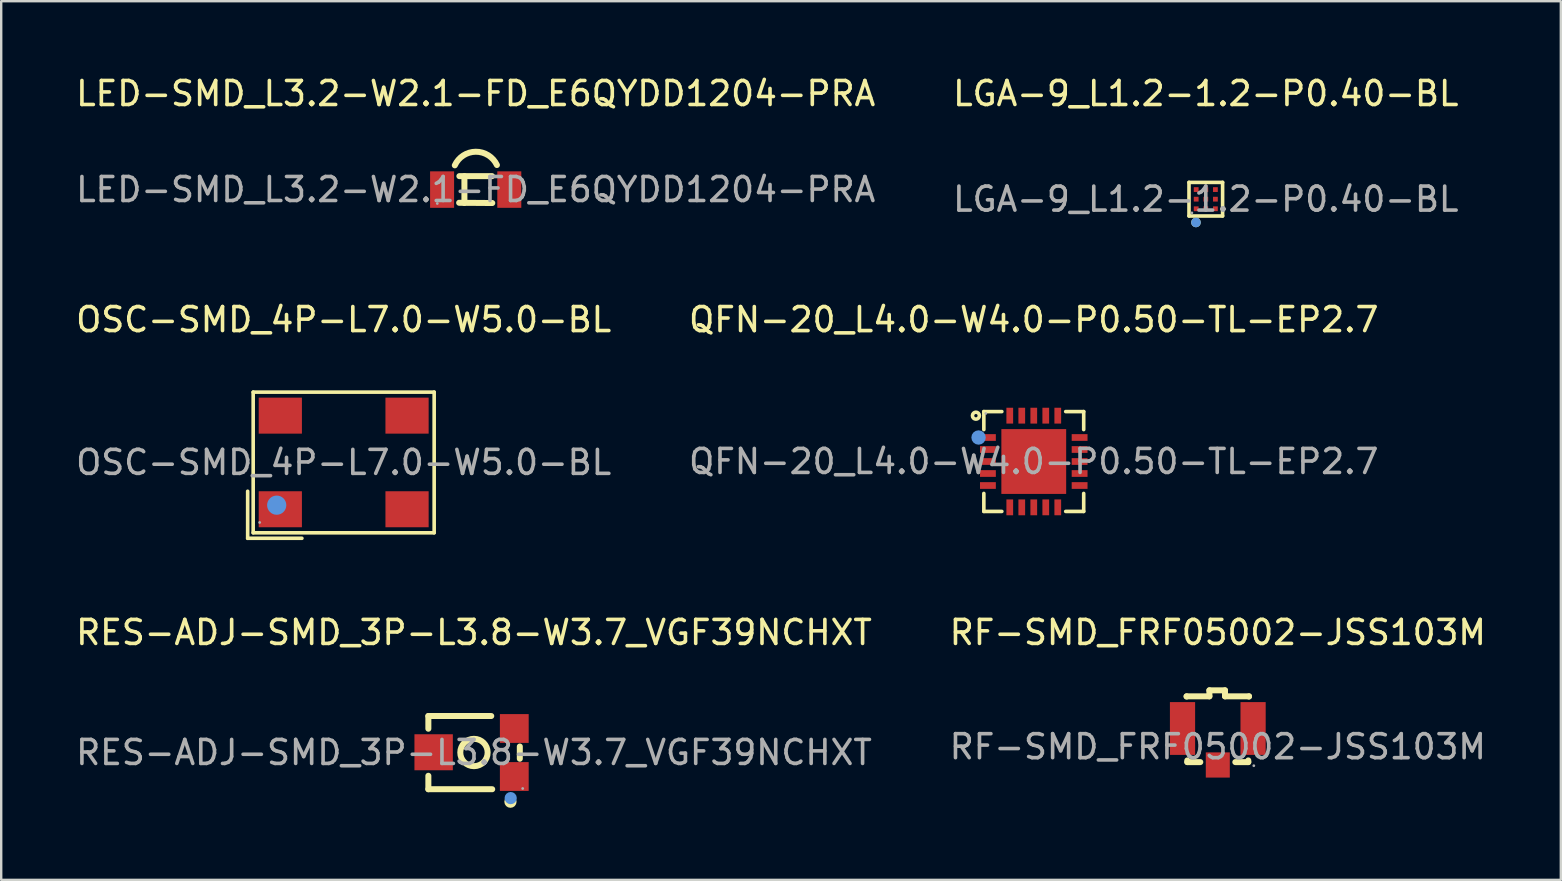
<source format=kicad_pcb>
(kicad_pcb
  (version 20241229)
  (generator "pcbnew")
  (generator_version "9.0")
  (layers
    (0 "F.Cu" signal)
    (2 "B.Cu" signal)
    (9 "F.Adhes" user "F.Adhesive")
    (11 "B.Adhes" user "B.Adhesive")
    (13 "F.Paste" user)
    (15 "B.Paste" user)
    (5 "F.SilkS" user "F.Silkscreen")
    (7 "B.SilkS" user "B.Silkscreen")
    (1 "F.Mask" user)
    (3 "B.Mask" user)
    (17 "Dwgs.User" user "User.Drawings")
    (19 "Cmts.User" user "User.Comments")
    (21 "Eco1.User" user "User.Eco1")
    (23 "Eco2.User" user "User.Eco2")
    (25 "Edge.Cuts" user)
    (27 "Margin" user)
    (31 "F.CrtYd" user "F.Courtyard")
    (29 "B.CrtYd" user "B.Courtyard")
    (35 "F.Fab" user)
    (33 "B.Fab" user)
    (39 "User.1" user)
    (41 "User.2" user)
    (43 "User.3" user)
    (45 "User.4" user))
  (footprint "OSC-SMD_4P-L7.0-W5.0-BL"
    (layer "F.Cu")
    (at 11.268 16.216)
    (property "Reference" "OSC-SMD_4P-L7.0-W5.0-BL" (at 0 -5.95 0) (layer "F.SilkS") (effects (font (size 1 1) (thickness 0.15))))
    (attr smd)
    (fp_line (start -4 1.2) (end -4 3.16) (stroke (width 0.15) (type solid)) (layer "F.SilkS"))
    (fp_line (start -4 3.16) (end -1.74 3.16) (stroke (width 0.15) (type solid)) (layer "F.SilkS"))
    (fp_line (start -3.77 -2.93) (end 3.77 -2.93) (stroke (width 0.15) (type solid)) (layer "F.SilkS"))
    (fp_line (start -3.77 2.93) (end -3.77 -2.93) (stroke (width 0.15) (type solid)) (layer "F.SilkS"))
    (fp_line (start 3.77 -2.93) (end 3.77 2.93) (stroke (width 0.15) (type solid)) (layer "F.SilkS"))
    (fp_line (start 3.77 2.93) (end -3.77 2.93) (stroke (width 0.15) (type solid)) (layer "F.SilkS"))
    (fp_circle (center -2.79 1.78) (end -2.59 1.78) (stroke (width 0.4) (type solid)) (fill no) (layer "Cmts.User"))
    (fp_circle (center -3.5 2.5) (end -3.47 2.5) (stroke (width 0.06) (type solid)) (fill no) (layer "F.Fab"))
    (fp_text user "${REFERENCE}" (at 0 0 0) (layer "F.Fab") (effects (font (size 1 1) (thickness 0.15))))
    (pad "1" smd rect (at -2.64 1.95) (size 1.8 1.5) (layers "F.Cu" "F.Mask" "F.Paste"))
    (pad "2" smd rect (at 2.64 1.95) (size 1.8 1.5) (layers "F.Cu" "F.Mask" "F.Paste"))
    (pad "3" smd rect (at 2.64 -1.95) (size 1.8 1.5) (layers "F.Cu" "F.Mask" "F.Paste"))
    (pad "4" smd rect (at -2.64 -1.95) (size 1.8 1.5) (layers "F.Cu" "F.Mask" "F.Paste")))
  (footprint "LGA-9_L1.2-1.2-P0.40-BL"
    (layer "F.Cu")
    (at 47.185 5.248)
    (property "Reference" "LGA-9_L1.2-1.2-P0.40-BL" (at 0 -4.4 0) (layer "F.SilkS") (effects (font (size 1 1) (thickness 0.15))))
    (attr through_hole)
    (fp_line (start -0.7 -0.7) (end 0.7 -0.7) (stroke (width 0.15) (type solid)) (layer "F.SilkS"))
    (fp_line (start -0.7 0.7) (end -0.7 -0.7) (stroke (width 0.15) (type solid)) (layer "F.SilkS"))
    (fp_line (start 0.7 -0.7) (end 0.7 0.7) (stroke (width 0.15) (type solid)) (layer "F.SilkS"))
    (fp_line (start 0.7 0.7) (end -0.7 0.7) (stroke (width 0.15) (type solid)) (layer "F.SilkS"))
    (fp_circle (center -0.41 0.97) (end -0.31 0.97) (stroke (width 0.2) (type solid)) (fill no) (layer "F.SilkS"))
    (fp_circle (center -0.41 0.97) (end -0.31 0.97) (stroke (width 0.2) (type solid)) (fill no) (layer "Cmts.User"))
    (fp_circle (center -0.58 0.57) (end -0.55 0.57) (stroke (width 0.06) (type solid)) (fill no) (layer "F.Fab"))
    (fp_text user "${REFERENCE}" (at 0 0 0) (layer "F.Fab") (effects (font (size 1 1) (thickness 0.15))))
    (pad "1" smd rect (at -0.4 0.4) (size 0.2 0.2) (layers "F.Cu" "F.Mask" "F.Paste"))
    (pad "2" smd rect (at 0 0.4) (size 0.2 0.2) (layers "F.Cu" "F.Mask" "F.Paste"))
    (pad "3" smd rect (at 0.4 0.4) (size 0.2 0.2) (layers "F.Cu" "F.Mask" "F.Paste"))
    (pad "4" smd rect (at 0.4 0) (size 0.2 0.2) (layers "F.Cu" "F.Mask" "F.Paste"))
    (pad "5" smd rect (at 0.4 -0.4) (size 0.2 0.2) (layers "F.Cu" "F.Mask" "F.Paste"))
    (pad "6" smd rect (at 0 -0.4) (size 0.2 0.2) (layers "F.Cu" "F.Mask" "F.Paste"))
    (pad "7" smd rect (at -0.4 -0.4) (size 0.2 0.2) (layers "F.Cu" "F.Mask" "F.Paste"))
    (pad "8" smd rect (at -0.4 0) (size 0.2 0.2) (layers "F.Cu" "F.Mask" "F.Paste"))
    (pad "9" smd rect (at 0 0) (size 0.2 0.2) (layers "F.Cu" "F.Mask" "F.Paste")))
  (footprint "RES-ADJ-SMD_3P-L3.8-W3.7_VGF39NCHXT"
    (layer "F.Cu")
    (at 16.696 28.3)
    (property "Reference" "RES-ADJ-SMD_3P-L3.8-W3.7_VGF39NCHXT" (at 0 -5 0) (layer "F.SilkS") (effects (font (size 1 1) (thickness 0.15))))
    (attr through_hole)
    (fp_line (start -1.9 -1.52) (end -1.9 -0.99) (stroke (width 0.25) (type solid)) (layer "F.SilkS"))
    (fp_line (start -1.9 0.97) (end -1.9 1.53) (stroke (width 0.25) (type solid)) (layer "F.SilkS"))
    (fp_line (start -1.9 1.53) (end 0.76 1.53) (stroke (width 0.25) (type solid)) (layer "F.SilkS"))
    (fp_line (start 0.72 -1.52) (end -1.9 -1.52) (stroke (width 0.25) (type solid)) (layer "F.SilkS"))
    (fp_line (start 1.91 -0.25) (end 1.91 0.26) (stroke (width 0.25) (type solid)) (layer "F.SilkS"))
    (fp_circle (center 0 0) (end 0.57 0) (stroke (width 0.25) (type solid)) (fill no) (layer "F.SilkS"))
    (fp_circle (center 1.52 2.05) (end 1.65 2.05) (stroke (width 0.25) (type solid)) (fill no) (layer "F.SilkS"))
    (fp_circle (center 1.53 1.9) (end 1.66 1.9) (stroke (width 0.25) (type solid)) (fill no) (layer "Cmts.User"))
    (fp_circle (center 2.03 1.5) (end 2.06 1.5) (stroke (width 0.06) (type solid)) (fill no) (layer "F.Fab"))
    (fp_text user "${REFERENCE}" (at 0 0 0) (layer "F.Fab") (effects (font (size 1 1) (thickness 0.15))))
    (pad "1" smd rect (at 1.68 1) (size 1.2 1.2) (layers "F.Cu" "F.Mask" "F.Paste"))
    (pad "2" smd rect (at -1.68 -0.01) (size 1.6 1.5) (layers "F.Cu" "F.Mask" "F.Paste"))
    (pad "3" smd rect (at 1.68 -1) (size 1.2 1.2) (layers "F.Cu" "F.Mask" "F.Paste")))
  (footprint "RF-SMD_FRF05002-JSS103M"
    (layer "F.Cu")
    (at 47.685 28.06)
    (property "Reference" "RF-SMD_FRF05002-JSS103M" (at 0 -4.76 0) (layer "F.SilkS") (effects (font (size 1 1) (thickness 0.15))))
    (attr smd)
    (fp_line (start -1.3 -2.1) (end -0.35 -2.1) (stroke (width 0.25) (type solid)) (layer "F.SilkS"))
    (fp_line (start -1.3 -2.09) (end -1.3 -2.1) (stroke (width 0.25) (type solid)) (layer "F.SilkS"))
    (fp_line (start -1.27 0.57) (end -1.27 0.64) (stroke (width 0.25) (type solid)) (layer "F.SilkS"))
    (fp_line (start -1.27 0.64) (end -0.73 0.64) (stroke (width 0.25) (type solid)) (layer "F.SilkS"))
    (fp_line (start -0.35 -2.35) (end 0.3 -2.35) (stroke (width 0.25) (type solid)) (layer "F.SilkS"))
    (fp_line (start -0.35 -2.1) (end -0.35 -2.35) (stroke (width 0.25) (type solid)) (layer "F.SilkS"))
    (fp_line (start 0.3 -2.35) (end 0.3 -2.1) (stroke (width 0.25) (type solid)) (layer "F.SilkS"))
    (fp_line (start 0.3 -2.1) (end 1.3 -2.1) (stroke (width 0.25) (type solid)) (layer "F.SilkS"))
    (fp_line (start 0.73 0.64) (end 1.27 0.64) (stroke (width 0.25) (type solid)) (layer "F.SilkS"))
    (fp_line (start 1.27 0.64) (end 1.27 0.57) (stroke (width 0.25) (type solid)) (layer "F.SilkS"))
    (fp_line (start 1.3 -2.1) (end 1.3 -2.09) (stroke (width 0.25) (type solid)) (layer "F.SilkS"))
    (fp_circle (center 1.5 0.79) (end 1.53 0.79) (stroke (width 0.06) (type solid)) (fill no) (layer "F.Fab"))
    (fp_text user "${REFERENCE}" (at 0 0 0) (layer "F.Fab") (effects (font (size 1 1) (thickness 0.15))))
    (pad "1" smd rect (at 0 0.76) (size 1 1.05) (layers "F.Cu" "F.Mask" "F.Paste"))
    (pad "2" smd rect (at -1.47 -0.76) (size 1.05 2.2) (layers "F.Cu" "F.Mask" "F.Paste"))
    (pad "3" smd rect (at 1.47 -0.76) (size 1.05 2.2) (layers "F.Cu" "F.Mask" "F.Paste")))
  (footprint "LED-SMD_L3.2-W2.1-FD_E6QYDD1204-PRA"
    (layer "F.Cu")
    (at 16.768 4.848)
    (property "Reference" "LED-SMD_L3.2-W2.1-FD_E6QYDD1204-PRA" (at 0 -4 0) (layer "F.SilkS") (effects (font (size 1 1) (thickness 0.15))))
    (attr smd)
    (fp_line (start -0.69 0.55) (end 0.69 0.56) (stroke (width 0.25) (type solid)) (layer "F.SilkS"))
    (fp_line (start -0.47 0.56) (end -0.47 -0.56) (stroke (width 0.25) (type solid)) (layer "F.SilkS"))
    (fp_line (start 0.68 -0.56) (end -0.68 -0.56) (stroke (width 0.25) (type solid)) (layer "F.SilkS"))
    (fp_arc (start -0.87 -1.01) (mid 0.002728 -1.576616) (end 0.883882 -1.023195) (stroke (width 0.25) (type solid)) (layer "F.SilkS"))
    (fp_circle (center -1.6 0.58) (end -1.57 0.58) (stroke (width 0.06) (type solid)) (fill no) (layer "F.Fab"))
    (fp_text user "${REFERENCE}" (at 0 0 0) (layer "F.Fab") (effects (font (size 1 1) (thickness 0.15))))
    (pad "1" smd rect (at -1.4 0) (size 1 1.52) (layers "F.Cu" "F.Mask" "F.Paste"))
    (pad "2" smd rect (at 1.4 0) (size 1 1.52) (layers "F.Cu" "F.Mask" "F.Paste")))
  (footprint "QFN-20_L4.0-W4.0-P0.50-TL-EP2.7"
    (layer "F.Cu")
    (at 40.018 16.177)
    (property "Reference" "QFN-20_L4.0-W4.0-P0.50-TL-EP2.7" (at 0 -5.91 0) (layer "F.SilkS") (effects (font (size 1 1) (thickness 0.15))))
    (attr smd)
    (fp_line (start -2.08 -2.08) (end -2.08 -1.33) (stroke (width 0.15) (type solid)) (layer "F.SilkS"))
    (fp_line (start -2.08 2.08) (end -2.08 1.33) (stroke (width 0.15) (type solid)) (layer "F.SilkS"))
    (fp_line (start -1.33 -2.08) (end -2.08 -2.08) (stroke (width 0.15) (type solid)) (layer "F.SilkS"))
    (fp_line (start -1.33 2.08) (end -2.08 2.08) (stroke (width 0.15) (type solid)) (layer "F.SilkS"))
    (fp_line (start 1.33 -2.08) (end 2.08 -2.08) (stroke (width 0.15) (type solid)) (layer "F.SilkS"))
    (fp_line (start 1.33 2.08) (end 2.08 2.08) (stroke (width 0.15) (type solid)) (layer "F.SilkS"))
    (fp_line (start 2.08 -2.08) (end 2.08 -1.33) (stroke (width 0.15) (type solid)) (layer "F.SilkS"))
    (fp_line (start 2.08 2.08) (end 2.08 1.33) (stroke (width 0.15) (type solid)) (layer "F.SilkS"))
    (fp_circle (center -2.41 -1.91) (end -2.34 -1.91) (stroke (width 0.15) (type solid)) (fill no) (layer "F.SilkS"))
    (fp_circle (center -2.3 -1) (end -2.15 -1) (stroke (width 0.3) (type solid)) (fill no) (layer "Cmts.User"))
    (fp_circle (center -2 -2) (end -1.97 -2) (stroke (width 0.06) (type solid)) (fill no) (layer "F.Fab"))
    (fp_text user "${REFERENCE}" (at 0 0 0) (layer "F.Fab") (effects (font (size 1 1) (thickness 0.15))))
    (pad "1" smd rect (at -1.91 -1) (size 0.66 0.28) (layers "F.Cu" "F.Mask" "F.Paste"))
    (pad "2" smd rect (at -1.91 -0.5) (size 0.66 0.28) (layers "F.Cu" "F.Mask" "F.Paste"))
    (pad "3" smd rect (at -1.91 0) (size 0.66 0.28) (layers "F.Cu" "F.Mask" "F.Paste"))
    (pad "4" smd rect (at -1.91 0.5) (size 0.66 0.28) (layers "F.Cu" "F.Mask" "F.Paste"))
    (pad "5" smd rect (at -1.91 1) (size 0.66 0.28) (layers "F.Cu" "F.Mask" "F.Paste"))
    (pad "6" smd rect (at -1 1.91) (size 0.28 0.66) (layers "F.Cu" "F.Mask" "F.Paste"))
    (pad "7" smd rect (at -0.5 1.91) (size 0.28 0.66) (layers "F.Cu" "F.Mask" "F.Paste"))
    (pad "8" smd rect (at 0 1.91) (size 0.28 0.66) (layers "F.Cu" "F.Mask" "F.Paste"))
    (pad "9" smd rect (at 0.5 1.91) (size 0.28 0.66) (layers "F.Cu" "F.Mask" "F.Paste"))
    (pad "10" smd rect (at 1 1.91) (size 0.28 0.66) (layers "F.Cu" "F.Mask" "F.Paste"))
    (pad "11" smd rect (at 1.91 1) (size 0.66 0.28) (layers "F.Cu" "F.Mask" "F.Paste"))
    (pad "12" smd rect (at 1.91 0.5) (size 0.66 0.28) (layers "F.Cu" "F.Mask" "F.Paste"))
    (pad "13" smd rect (at 1.91 0) (size 0.66 0.28) (layers "F.Cu" "F.Mask" "F.Paste"))
    (pad "14" smd rect (at 1.91 -0.5) (size 0.66 0.28) (layers "F.Cu" "F.Mask" "F.Paste"))
    (pad "15" smd rect (at 1.91 -1) (size 0.66 0.28) (layers "F.Cu" "F.Mask" "F.Paste"))
    (pad "16" smd rect (at 1 -1.91) (size 0.28 0.66) (layers "F.Cu" "F.Mask" "F.Paste"))
    (pad "17" smd rect (at 0.5 -1.91) (size 0.28 0.66) (layers "F.Cu" "F.Mask" "F.Paste"))
    (pad "18" smd rect (at 0 -1.91) (size 0.28 0.66) (layers "F.Cu" "F.Mask" "F.Paste"))
    (pad "19" smd rect (at -0.5 -1.91) (size 0.28 0.66) (layers "F.Cu" "F.Mask" "F.Paste"))
    (pad "20" smd rect (at -1 -1.91) (size 0.28 0.66) (layers "F.Cu" "F.Mask" "F.Paste"))
    (pad "21" smd rect (at 0 0) (size 2.7 2.7) (layers "F.Cu" "F.Mask" "F.Paste")))
  (gr_rect
    (start -3 -3)
    (end 61.976 33.605)
    (stroke (width 0.1) (type default))
    (fill no)
    (layer "Edge.Cuts")))
</source>
